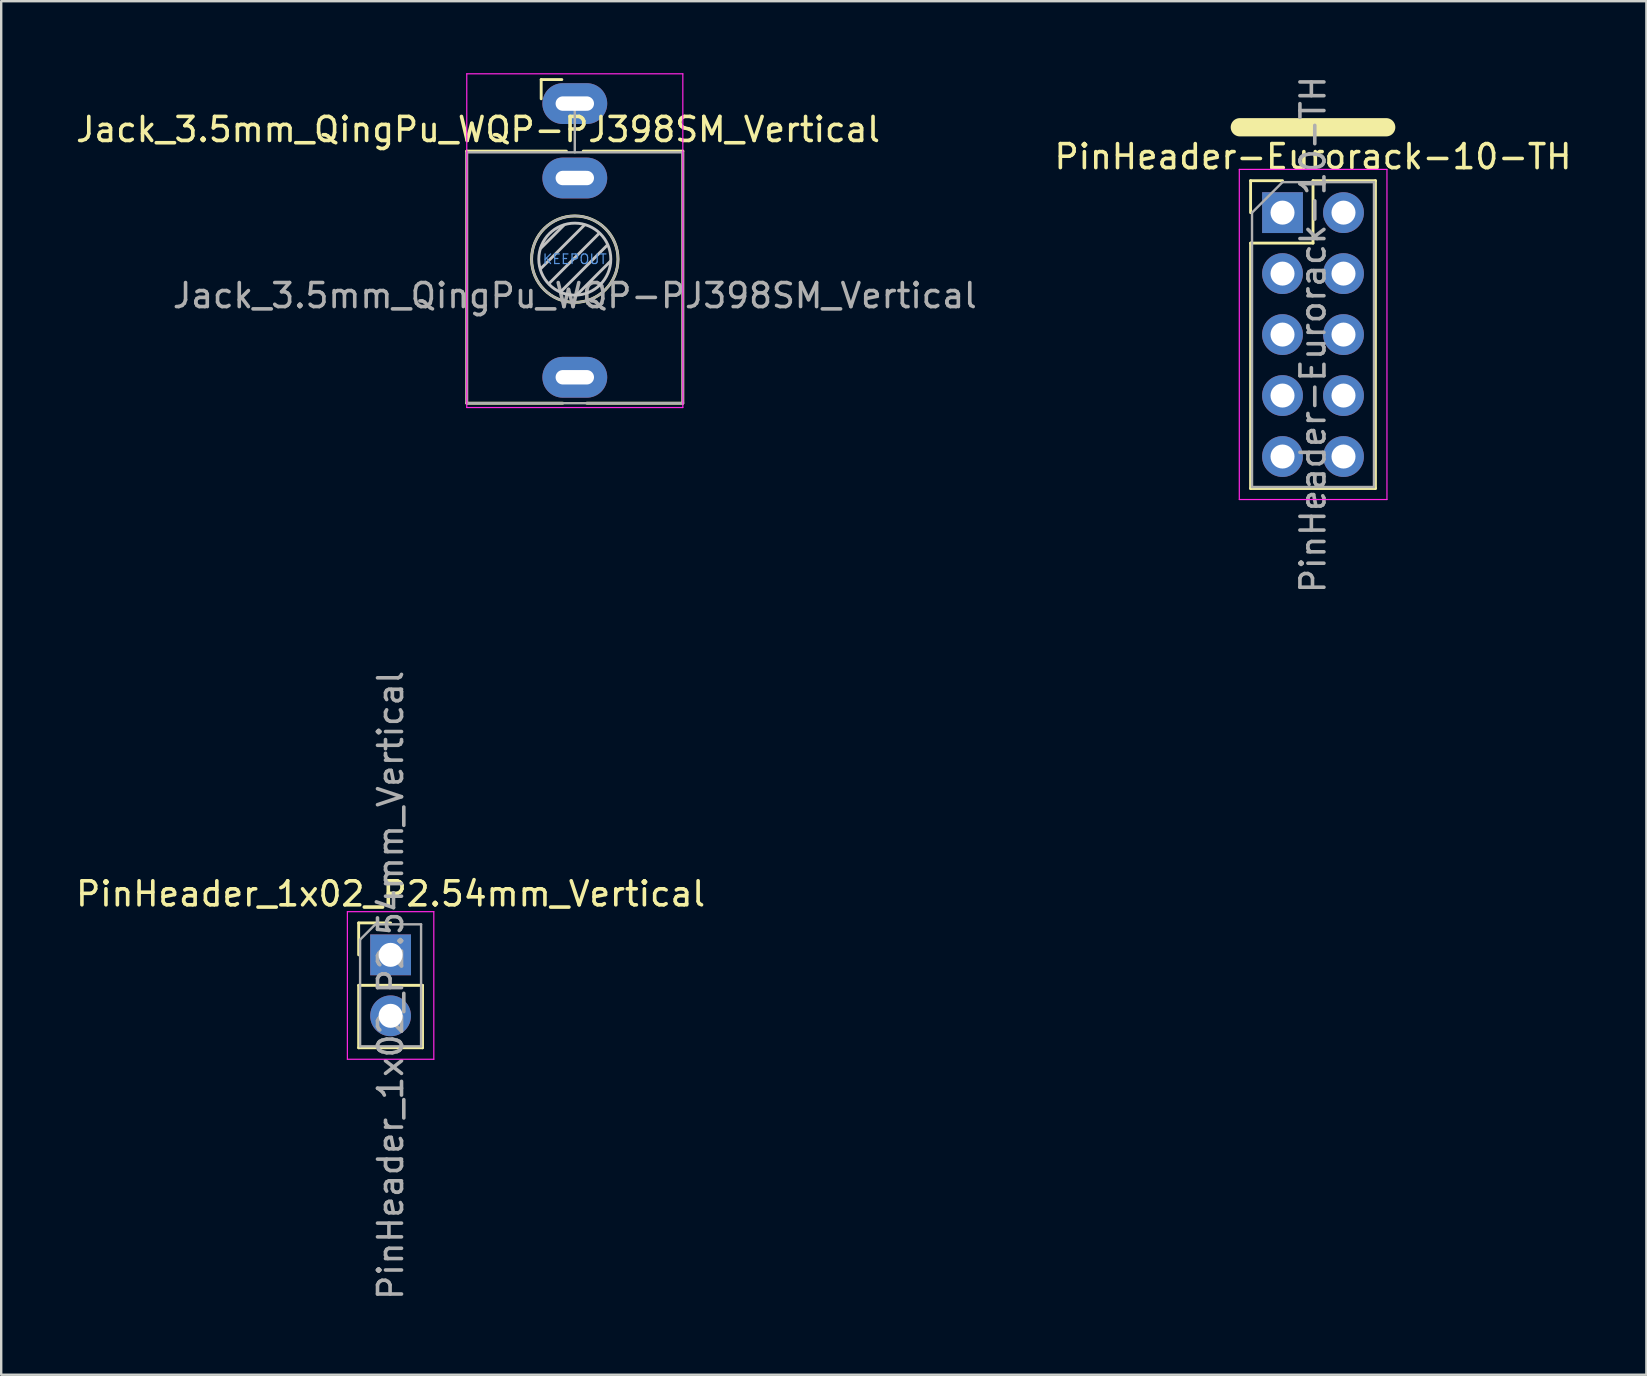
<source format=kicad_pcb>
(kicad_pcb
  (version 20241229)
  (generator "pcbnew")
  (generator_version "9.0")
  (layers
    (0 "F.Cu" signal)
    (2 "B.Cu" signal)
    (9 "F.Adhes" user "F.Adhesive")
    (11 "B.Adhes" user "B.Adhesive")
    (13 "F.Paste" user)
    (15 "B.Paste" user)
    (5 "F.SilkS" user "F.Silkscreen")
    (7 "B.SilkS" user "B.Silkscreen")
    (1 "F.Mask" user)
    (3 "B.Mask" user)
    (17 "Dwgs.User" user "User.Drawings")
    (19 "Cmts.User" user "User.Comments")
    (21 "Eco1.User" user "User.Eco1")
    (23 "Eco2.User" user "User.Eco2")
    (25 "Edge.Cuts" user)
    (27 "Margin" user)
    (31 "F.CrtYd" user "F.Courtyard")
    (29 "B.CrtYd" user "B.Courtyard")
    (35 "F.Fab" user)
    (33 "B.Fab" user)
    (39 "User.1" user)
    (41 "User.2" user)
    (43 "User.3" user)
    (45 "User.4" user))
  (footprint "Jack_3.5mm_QingPu_WQP-PJ398SM_Vertical"
    (layer "F.Cu")
    (at 20.893 1.265)
    (property "Reference" "Jack_3.5mm_QingPu_WQP-PJ398SM_Vertical" (at -4.03 1.08 180) (layer "F.SilkS") (effects (font (size 1 1) (thickness 0.15))))
    (attr through_hole)
    (fp_line (start -4.5 1.98) (end -4.5 12.48) (stroke (width 0.12) (type solid)) (layer "F.SilkS"))
    (fp_line (start -1.4 -1) (end -1.4 -0.2) (stroke (width 0.12) (type solid)) (layer "F.SilkS"))
    (fp_line (start -1.4 -1) (end -0.54 -1) (stroke (width 0.12) (type solid)) (layer "F.SilkS"))
    (fp_line (start -0.5 12.48) (end -4.5 12.48) (stroke (width 0.12) (type solid)) (layer "F.SilkS"))
    (fp_line (start -0.35 1.98) (end -4.5 1.98) (stroke (width 0.12) (type solid)) (layer "F.SilkS"))
    (fp_line (start 4.5 1.98) (end 0.35 1.98) (stroke (width 0.12) (type solid)) (layer "F.SilkS"))
    (fp_line (start 4.5 1.98) (end 4.5 12.48) (stroke (width 0.12) (type solid)) (layer "F.SilkS"))
    (fp_line (start 4.5 12.48) (end 0.5 12.48) (stroke (width 0.12) (type solid)) (layer "F.SilkS"))
    (fp_circle (center 0 6.48) (end 1.8 6.48) (stroke (width 0.12) (type solid)) (fill no) (layer "F.SilkS"))
    (fp_line (start -1.42 6.875) (end 0.4 5.06) (stroke (width 0.12) (type solid)) (layer "Dwgs.User"))
    (fp_line (start -1.41 6.02) (end -0.46 5.07) (stroke (width 0.12) (type solid)) (layer "Dwgs.User"))
    (fp_line (start -1.07 7.49) (end 1.01 5.41) (stroke (width 0.12) (type solid)) (layer "Dwgs.User"))
    (fp_line (start -0.58 7.83) (end 1.36 5.89) (stroke (width 0.12) (type solid)) (layer "Dwgs.User"))
    (fp_line (start 0.09 7.96) (end 1.48 6.57) (stroke (width 0.12) (type solid)) (layer "Dwgs.User"))
    (fp_circle (center 0 6.48) (end 1.5 6.48) (stroke (width 0.12) (type solid)) (fill no) (layer "Dwgs.User"))
    (fp_line (start -4.5 12.66) (end -4.5 -1.24) (stroke (width 0.05) (type solid)) (layer "F.CrtYd"))
    (fp_line (start 4.5 -1.24) (end -4.5 -1.24) (stroke (width 0.05) (type solid)) (layer "F.CrtYd"))
    (fp_line (start 4.5 12.66) (end -4.5 12.66) (stroke (width 0.05) (type solid)) (layer "F.CrtYd"))
    (fp_line (start 4.5 12.66) (end 4.5 -1.24) (stroke (width 0.05) (type solid)) (layer "F.CrtYd"))
    (fp_line (start -4.5 12.48) (end -4.5 2.08) (stroke (width 0.1) (type solid)) (layer "F.Fab"))
    (fp_line (start 0 0) (end 0 2.03) (stroke (width 0.1) (type solid)) (layer "F.Fab"))
    (fp_line (start 4.5 2.03) (end -4.5 2.03) (stroke (width 0.1) (type solid)) (layer "F.Fab"))
    (fp_line (start 4.5 12.48) (end -4.5 12.48) (stroke (width 0.1) (type solid)) (layer "F.Fab"))
    (fp_line (start 4.5 12.48) (end 4.5 2.08) (stroke (width 0.1) (type solid)) (layer "F.Fab"))
    (fp_circle (center 0 6.48) (end 1.8 6.48) (stroke (width 0.1) (type solid)) (fill no) (layer "F.Fab"))
    (fp_text user "KEEPOUT" (at 0 6.48 0) (layer "Cmts.User") (effects (font (size 0.4 0.4) (thickness 0.051))))
    (fp_text user "${REFERENCE}" (at 0 8 180) (layer "F.Fab") (effects (font (size 1 1) (thickness 0.15))))
    (pad "S" thru_hole oval (at 0 0 180) (size 2.7 1.7) (drill oval 1.6 0.6) (layers "*.Cu" "*.Mask"))
    (pad "T" thru_hole oval (at 0 11.4 180) (size 2.7 1.7) (drill oval 1.6 0.6) (layers "*.Cu" "*.Mask"))
    (pad "TN" thru_hole oval (at 0 3.1 180) (size 2.7 1.7) (drill oval 1.6 0.6) (layers "*.Cu" "*.Mask")))
  (footprint "PinHeader_1x02_P2.54mm_Vertical"
    (layer "F.Cu")
    (at 13.22 36.724)
    (property "Reference" "PinHeader_1x02_P2.54mm_Vertical" (at 0 -2.54 0) (layer "F.SilkS") (effects (font (size 1 1) (thickness 0.15))))
    (attr through_hole)
    (fp_line (start -1.33 -1.33) (end 0 -1.33) (stroke (width 0.12) (type solid)) (layer "F.SilkS"))
    (fp_line (start -1.33 0) (end -1.33 -1.33) (stroke (width 0.12) (type solid)) (layer "F.SilkS"))
    (fp_line (start -1.33 1.27) (end -1.33 3.87) (stroke (width 0.12) (type solid)) (layer "F.SilkS"))
    (fp_line (start -1.33 1.27) (end 1.33 1.27) (stroke (width 0.12) (type solid)) (layer "F.SilkS"))
    (fp_line (start -1.33 3.87) (end 1.33 3.87) (stroke (width 0.12) (type solid)) (layer "F.SilkS"))
    (fp_line (start 1.33 1.27) (end 1.33 3.87) (stroke (width 0.12) (type solid)) (layer "F.SilkS"))
    (fp_line (start -1.8 -1.8) (end -1.8 4.35) (stroke (width 0.05) (type solid)) (layer "F.CrtYd"))
    (fp_line (start -1.8 4.35) (end 1.8 4.35) (stroke (width 0.05) (type solid)) (layer "F.CrtYd"))
    (fp_line (start 1.8 -1.8) (end -1.8 -1.8) (stroke (width 0.05) (type solid)) (layer "F.CrtYd"))
    (fp_line (start 1.8 4.35) (end 1.8 -1.8) (stroke (width 0.05) (type solid)) (layer "F.CrtYd"))
    (fp_line (start -1.27 -0.635) (end -0.635 -1.27) (stroke (width 0.1) (type solid)) (layer "F.Fab"))
    (fp_line (start -1.27 3.81) (end -1.27 -0.635) (stroke (width 0.1) (type solid)) (layer "F.Fab"))
    (fp_line (start -0.635 -1.27) (end 1.27 -1.27) (stroke (width 0.1) (type solid)) (layer "F.Fab"))
    (fp_line (start 1.27 -1.27) (end 1.27 3.81) (stroke (width 0.1) (type solid)) (layer "F.Fab"))
    (fp_line (start 1.27 3.81) (end -1.27 3.81) (stroke (width 0.1) (type solid)) (layer "F.Fab"))
    (fp_text user "${REFERENCE}" (at 0 1.27 90) (layer "F.Fab") (effects (font (size 1 1) (thickness 0.15))))
    (pad "1" thru_hole rect (at 0 0) (size 1.7 1.7) (drill 1) (layers "*.Cu" "*.Mask"))
    (pad "2" thru_hole oval (at 0 2.54) (size 1.7 1.7) (drill 1) (layers "*.Cu" "*.Mask")))
  (footprint "PinHeader-Eurorack-10-TH"
    (layer "F.Cu")
    (at 50.373 5.807)
    (property "Reference" "PinHeader-Eurorack-10-TH" (at 1.27 -2.33 180) (layer "F.SilkS") (effects (font (size 1 1) (thickness 0.15))))
    (attr through_hole)
    (fp_line (start -1.778 -3.556) (end 4.318 -3.556) (stroke (width 0.762) (type solid)) (layer "F.SilkS"))
    (fp_line (start -1.33 -1.33) (end 0 -1.33) (stroke (width 0.12) (type solid)) (layer "F.SilkS"))
    (fp_line (start -1.33 0) (end -1.33 -1.33) (stroke (width 0.12) (type solid)) (layer "F.SilkS"))
    (fp_line (start -1.33 1.27) (end -1.33 11.49) (stroke (width 0.12) (type solid)) (layer "F.SilkS"))
    (fp_line (start -1.33 1.27) (end 1.27 1.27) (stroke (width 0.12) (type solid)) (layer "F.SilkS"))
    (fp_line (start -1.33 11.49) (end 3.87 11.49) (stroke (width 0.12) (type solid)) (layer "F.SilkS"))
    (fp_line (start 1.27 -1.33) (end 3.87 -1.33) (stroke (width 0.12) (type solid)) (layer "F.SilkS"))
    (fp_line (start 1.27 1.27) (end 1.27 -1.33) (stroke (width 0.12) (type solid)) (layer "F.SilkS"))
    (fp_line (start 3.87 -1.33) (end 3.87 11.49) (stroke (width 0.12) (type solid)) (layer "F.SilkS"))
    (fp_line (start -1.8 -1.8) (end -1.8 11.95) (stroke (width 0.05) (type solid)) (layer "F.CrtYd"))
    (fp_line (start -1.8 11.95) (end 4.35 11.95) (stroke (width 0.05) (type solid)) (layer "F.CrtYd"))
    (fp_line (start 4.35 -1.8) (end -1.8 -1.8) (stroke (width 0.05) (type solid)) (layer "F.CrtYd"))
    (fp_line (start 4.35 11.95) (end 4.35 -1.8) (stroke (width 0.05) (type solid)) (layer "F.CrtYd"))
    (fp_line (start -1.27 0) (end 0 -1.27) (stroke (width 0.1) (type solid)) (layer "F.Fab"))
    (fp_line (start -1.27 11.43) (end -1.27 0) (stroke (width 0.1) (type solid)) (layer "F.Fab"))
    (fp_line (start 0 -1.27) (end 3.81 -1.27) (stroke (width 0.1) (type solid)) (layer "F.Fab"))
    (fp_line (start 3.81 -1.27) (end 3.81 11.43) (stroke (width 0.1) (type solid)) (layer "F.Fab"))
    (fp_line (start 3.81 11.43) (end -1.27 11.43) (stroke (width 0.1) (type solid)) (layer "F.Fab"))
    (fp_text user "${REFERENCE}" (at 1.27 5.08 270) (layer "F.Fab") (effects (font (size 1 1) (thickness 0.15))))
    (pad "1" thru_hole rect (at 0 0) (size 1.7 1.7) (drill 1) (layers "*.Cu" "*.Mask"))
    (pad "2" thru_hole oval (at 2.54 0) (size 1.7 1.7) (drill 1) (layers "*.Cu" "*.Mask"))
    (pad "3" thru_hole oval (at 0 2.54) (size 1.7 1.7) (drill 1) (layers "*.Cu" "*.Mask"))
    (pad "4" thru_hole oval (at 2.54 2.54) (size 1.7 1.7) (drill 1) (layers "*.Cu" "*.Mask"))
    (pad "5" thru_hole oval (at 0 5.08) (size 1.7 1.7) (drill 1) (layers "*.Cu" "*.Mask"))
    (pad "6" thru_hole oval (at 2.54 5.08) (size 1.7 1.7) (drill 1) (layers "*.Cu" "*.Mask"))
    (pad "7" thru_hole oval (at 0 7.62) (size 1.7 1.7) (drill 1) (layers "*.Cu" "*.Mask"))
    (pad "8" thru_hole oval (at 2.54 7.62) (size 1.7 1.7) (drill 1) (layers "*.Cu" "*.Mask"))
    (pad "9" thru_hole oval (at 0 10.16) (size 1.7 1.7) (drill 1) (layers "*.Cu" "*.Mask"))
    (pad "10" thru_hole oval (at 2.54 10.16) (size 1.7 1.7) (drill 1) (layers "*.Cu" "*.Mask")))
  (gr_rect
    (start -3 -3)
    (end 65.53 54.214)
    (stroke (width 0.1) (type default))
    (fill no)
    (layer "Edge.Cuts")))
</source>
